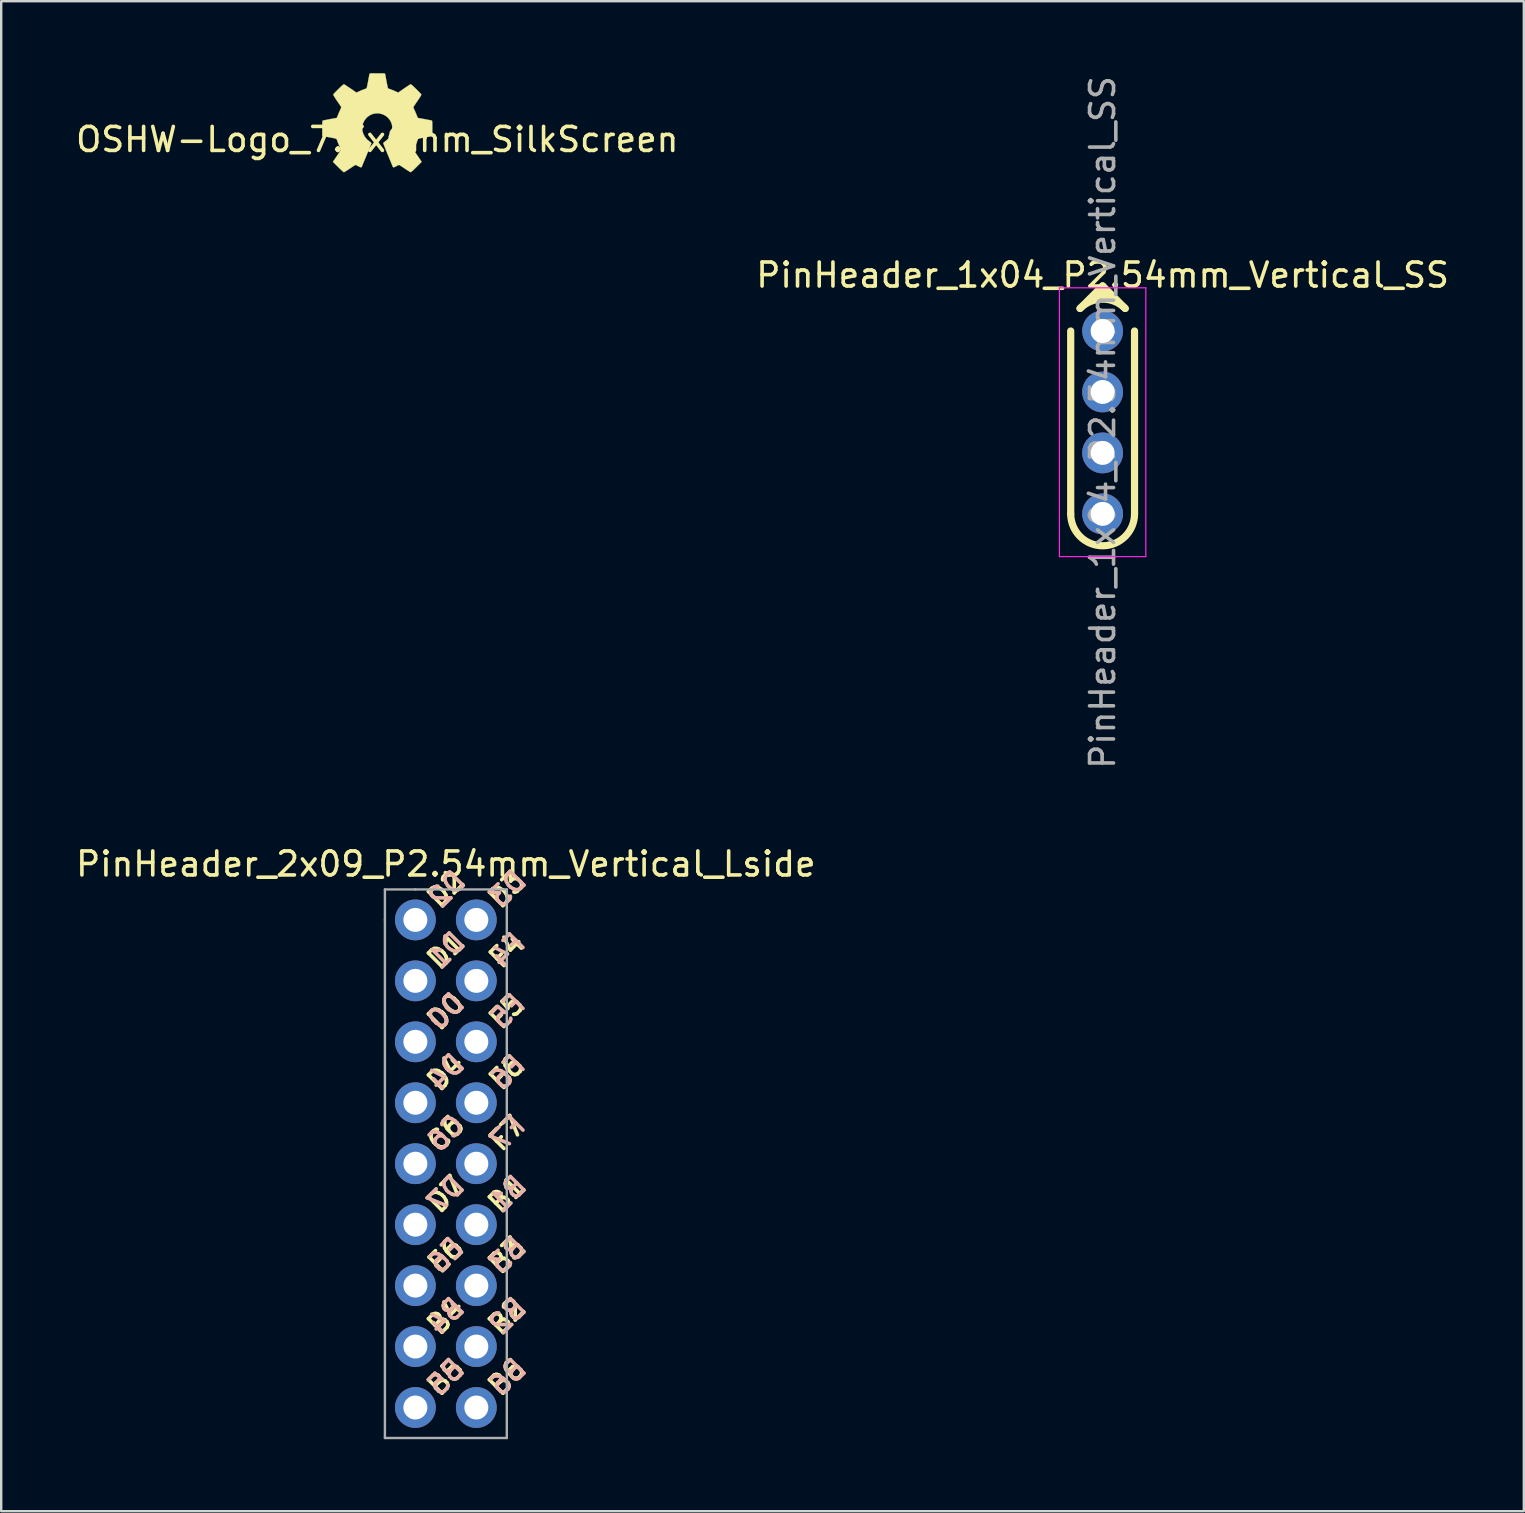
<source format=kicad_pcb>
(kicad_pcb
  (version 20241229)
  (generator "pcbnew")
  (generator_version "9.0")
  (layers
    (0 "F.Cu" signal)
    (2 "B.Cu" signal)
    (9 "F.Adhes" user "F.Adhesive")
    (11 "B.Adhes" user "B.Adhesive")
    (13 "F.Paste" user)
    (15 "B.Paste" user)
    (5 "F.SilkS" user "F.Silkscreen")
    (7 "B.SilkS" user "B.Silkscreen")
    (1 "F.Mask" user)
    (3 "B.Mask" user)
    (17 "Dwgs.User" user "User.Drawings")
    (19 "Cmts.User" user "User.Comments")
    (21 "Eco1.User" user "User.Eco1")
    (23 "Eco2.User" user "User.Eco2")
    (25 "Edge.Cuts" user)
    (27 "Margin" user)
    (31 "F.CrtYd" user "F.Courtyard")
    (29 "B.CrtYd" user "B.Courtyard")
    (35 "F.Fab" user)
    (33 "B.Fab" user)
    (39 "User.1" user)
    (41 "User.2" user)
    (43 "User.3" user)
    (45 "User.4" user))
  (footprint "PinHeader_2x09_P2.54mm_Vertical_Lside"
    (layer "F.Cu")
    (at 14.26 35.285)
    (property "Reference" "PinHeader_2x09_P2.54mm_Vertical_Lside" (at 1.27 -2.33 0) (layer "F.SilkS") (effects (font (size 1 1) (thickness 0.15))))
    (attr through_hole)
    (fp_line (start -1.27 -1.27) (end -1.27 0) (stroke (width 0.1) (type default)) (layer "F.Fab"))
    (fp_line (start -1.27 21.59) (end -1.27 0) (stroke (width 0.1) (type solid)) (layer "F.Fab"))
    (fp_line (start 0 -1.27) (end -1.27 -1.27) (stroke (width 0.1) (type default)) (layer "F.Fab"))
    (fp_line (start 0 -1.27) (end 3.81 -1.27) (stroke (width 0.1) (type solid)) (layer "F.Fab"))
    (fp_line (start 3.81 -1.27) (end 3.81 21.59) (stroke (width 0.1) (type solid)) (layer "F.Fab"))
    (fp_line (start 3.81 21.59) (end -1.27 21.59) (stroke (width 0.1) (type solid)) (layer "F.Fab"))
    (fp_text user "F7" (at 3.81 8.89 45) (unlocked yes) (layer "F.SilkS") (effects (font (size 0.8 0.8) (thickness 0.15))))
    (fp_text user "B4" (at 1.27 16.51 45) (unlocked yes) (layer "F.SilkS") (effects (font (size 0.8 0.8) (thickness 0.15))))
    (fp_text user "E6" (at 1.27 13.97 45) (unlocked yes) (layer "F.SilkS") (effects (font (size 0.8 0.8) (thickness 0.15))))
    (fp_text user "B6" (at 3.81 19.05 45) (unlocked yes) (layer "F.SilkS") (effects (font (size 0.8 0.8) (thickness 0.15))))
    (fp_text user "D1" (at 1.27 1.27 45) (unlocked yes) (layer "F.SilkS") (effects (font (size 0.8 0.8) (thickness 0.15))))
    (fp_text user "F4" (at 3.81 1.27 45) (unlocked yes) (layer "F.SilkS") (effects (font (size 0.8 0.8) (thickness 0.15))))
    (fp_text user "F6" (at 3.81 6.35 45) (unlocked yes) (layer "F.SilkS") (effects (font (size 0.8 0.8) (thickness 0.15))))
    (fp_text user "D4" (at 1.27 6.35 45) (unlocked yes) (layer "F.SilkS") (effects (font (size 0.8 0.8) (thickness 0.15))))
    (fp_text user "C6" (at 1.27 8.89 45) (unlocked yes) (layer "F.SilkS") (effects (font (size 0.8 0.8) (thickness 0.15))))
    (fp_text user "D3" (at 3.81 -1.27 45) (unlocked yes) (layer "F.SilkS") (effects (font (size 0.8 0.8) (thickness 0.15))))
    (fp_text user "F5" (at 3.81 3.81 45) (unlocked yes) (layer "F.SilkS") (effects (font (size 0.8 0.8) (thickness 0.15))))
    (fp_text user "B3" (at 3.81 13.97 45) (unlocked yes) (layer "F.SilkS") (effects (font (size 0.8 0.8) (thickness 0.15))))
    (fp_text user "D2" (at 1.27 -1.29 45) (unlocked yes) (layer "F.SilkS") (effects (font (size 0.8 0.8) (thickness 0.15))))
    (fp_text user "B5" (at 1.27 19.05 45) (unlocked yes) (layer "F.SilkS") (effects (font (size 0.8 0.8) (thickness 0.15))))
    (fp_text user "B2" (at 3.81 16.51 45) (unlocked yes) (layer "F.SilkS") (effects (font (size 0.8 0.8) (thickness 0.15))))
    (fp_text user "B1" (at 3.81 11.43 45) (unlocked yes) (layer "F.SilkS") (effects (font (size 0.8 0.8) (thickness 0.15))))
    (fp_text user "D0" (at 1.27 3.81 45) (unlocked yes) (layer "F.SilkS") (effects (font (size 0.8 0.8) (thickness 0.15))))
    (fp_text user "D7" (at 1.27 11.43 45) (unlocked yes) (layer "F.SilkS") (effects (font (size 0.8 0.8) (thickness 0.15))))
    (fp_text user "F4" (at 3.85 1.27 45) (unlocked yes) (layer "B.SilkS") (effects (font (size 0.8 0.8) (thickness 0.15)) (justify mirror)))
    (fp_text user "D0" (at 1.27 3.81 45) (unlocked yes) (layer "B.SilkS") (effects (font (size 0.8 0.8) (thickness 0.15)) (justify mirror)))
    (fp_text user "B3" (at 3.85 13.98 45) (unlocked yes) (layer "B.SilkS") (effects (font (size 0.8 0.8) (thickness 0.15)) (justify mirror)))
    (fp_text user "B1" (at 3.85 11.42 45) (unlocked yes) (layer "B.SilkS") (effects (font (size 0.8 0.8) (thickness 0.15)) (justify mirror)))
    (fp_text user "B6" (at 3.85 19.05 45) (unlocked yes) (layer "B.SilkS") (effects (font (size 0.8 0.8) (thickness 0.15)) (justify mirror)))
    (fp_text user "D4" (at 1.27 6.35 45) (unlocked yes) (layer "B.SilkS") (effects (font (size 0.8 0.8) (thickness 0.15)) (justify mirror)))
    (fp_text user "B2" (at 3.85 16.51 45) (unlocked yes) (layer "B.SilkS") (effects (font (size 0.8 0.8) (thickness 0.15)) (justify mirror)))
    (fp_text user "F5" (at 3.85 3.81 45) (unlocked yes) (layer "B.SilkS") (effects (font (size 0.8 0.8) (thickness 0.15)) (justify mirror)))
    (fp_text user "F7" (at 3.85 8.88 45) (unlocked yes) (layer "B.SilkS") (effects (font (size 0.8 0.8) (thickness 0.15)) (justify mirror)))
    (fp_text user "C6" (at 1.27 8.88 45) (unlocked yes) (layer "B.SilkS") (effects (font (size 0.8 0.8) (thickness 0.15)) (justify mirror)))
    (fp_text user "D1" (at 1.3 1.27 45) (unlocked yes) (layer "B.SilkS") (effects (font (size 0.8 0.8) (thickness 0.15)) (justify mirror)))
    (fp_text user "D7" (at 1.27 11.42 45) (unlocked yes) (layer "B.SilkS") (effects (font (size 0.8 0.8) (thickness 0.15)) (justify mirror)))
    (fp_text user "E6" (at 1.27 13.98 45) (unlocked yes) (layer "B.SilkS") (effects (font (size 0.8 0.8) (thickness 0.15)) (justify mirror)))
    (fp_text user "D3" (at 3.85 -1.29 45) (unlocked yes) (layer "B.SilkS") (effects (font (size 0.8 0.8) (thickness 0.15)) (justify mirror)))
    (fp_text user "D2" (at 1.32 -1.27 45) (unlocked yes) (layer "B.SilkS") (effects (font (size 0.8 0.8) (thickness 0.15)) (justify mirror)))
    (fp_text user "F6" (at 3.85 6.35 45) (unlocked yes) (layer "B.SilkS") (effects (font (size 0.8 0.8) (thickness 0.15)) (justify mirror)))
    (fp_text user "B5" (at 1.27 19.05 45) (unlocked yes) (layer "B.SilkS") (effects (font (size 0.8 0.8) (thickness 0.15)) (justify mirror)))
    (fp_text user "B4" (at 1.27 16.51 45) (unlocked yes) (layer "B.SilkS") (effects (font (size 0.8 0.8) (thickness 0.15)) (justify mirror)))
    (pad "1" thru_hole circle (at 0 0) (size 1.7 1.7) (drill 1) (layers "*.Cu" "*.Mask"))
    (pad "2" thru_hole oval (at 0 2.54) (size 1.7 1.7) (drill 1) (layers "*.Cu" "*.Mask"))
    (pad "3" thru_hole oval (at 0 5.08) (size 1.7 1.7) (drill 1) (layers "*.Cu" "*.Mask"))
    (pad "4" thru_hole oval (at 0 7.62) (size 1.7 1.7) (drill 1) (layers "*.Cu" "*.Mask"))
    (pad "5" thru_hole oval (at 0 10.16) (size 1.7 1.7) (drill 1) (layers "*.Cu" "*.Mask"))
    (pad "6" thru_hole oval (at 0 12.7) (size 1.7 1.7) (drill 1) (layers "*.Cu" "*.Mask"))
    (pad "7" thru_hole oval (at 0 15.24) (size 1.7 1.7) (drill 1) (layers "*.Cu" "*.Mask"))
    (pad "8" thru_hole oval (at 0 17.78) (size 1.7 1.7) (drill 1) (layers "*.Cu" "*.Mask"))
    (pad "9" thru_hole oval (at 0 20.32) (size 1.7 1.7) (drill 1) (layers "*.Cu" "*.Mask"))
    (pad "10" thru_hole oval (at 2.54 0) (size 1.7 1.7) (drill 1) (layers "*.Cu" "*.Mask"))
    (pad "11" thru_hole oval (at 2.54 2.54) (size 1.7 1.7) (drill 1) (layers "*.Cu" "*.Mask"))
    (pad "12" thru_hole oval (at 2.54 5.08) (size 1.7 1.7) (drill 1) (layers "*.Cu" "*.Mask"))
    (pad "13" thru_hole oval (at 2.54 7.62) (size 1.7 1.7) (drill 1) (layers "*.Cu" "*.Mask"))
    (pad "14" thru_hole oval (at 2.54 10.16) (size 1.7 1.7) (drill 1) (layers "*.Cu" "*.Mask"))
    (pad "15" thru_hole oval (at 2.54 12.7) (size 1.7 1.7) (drill 1) (layers "*.Cu" "*.Mask"))
    (pad "16" thru_hole oval (at 2.54 15.24) (size 1.7 1.7) (drill 1) (layers "*.Cu" "*.Mask"))
    (pad "17" thru_hole oval (at 2.54 17.78) (size 1.7 1.7) (drill 1) (layers "*.Cu" "*.Mask"))
    (pad "18" thru_hole oval (at 2.54 20.32) (size 1.7 1.7) (drill 1) (layers "*.Cu" "*.Mask")))
  (footprint "OSHW-Logo_7.3x6mm_SilkScreen"
    (layer "F.Cu")
    (at 12.673 2.763)
    (property "Reference" "OSHW-Logo_7.3x6mm_SilkScreen" (at 0 0 0) (layer "F.SilkS") (effects (font (size 1 1) (thickness 0.15))))
    (attr exclude_from_pos_files exclude_from_bom)
    (fp_poly (pts (xy 0.104 -2.758) (xy 0.182 -2.757) (xy 0.239 -2.756) (xy 0.278 -2.754) (xy 0.303 -2.75) (xy 0.316 -2.744) (xy 0.323 -2.737) (xy 0.326 -2.726) (xy 0.327 -2.725) (xy 0.332 -2.701) (xy 0.341 -2.653) (xy 0.353 -2.587) (xy 0.368 -2.508) (xy 0.385 -2.42) (xy 0.385 -2.417) (xy 0.401 -2.331) (xy 0.417 -2.255) (xy 0.43 -2.194) (xy 0.44 -2.152) (xy 0.446 -2.133) (xy 0.447 -2.133) (xy 0.465 -2.124) (xy 0.502 -2.109) (xy 0.551 -2.091) (xy 0.552 -2.091) (xy 0.613 -2.068) (xy 0.686 -2.038) (xy 0.754 -2.008) (xy 0.757 -2.007) (xy 0.869 -1.956) (xy 1.115 -2.125) (xy 1.191 -2.176) (xy 1.26 -2.222) (xy 1.317 -2.26) (xy 1.359 -2.287) (xy 1.383 -2.301) (xy 1.385 -2.302) (xy 1.402 -2.298) (xy 1.434 -2.275) (xy 1.481 -2.235) (xy 1.546 -2.174) (xy 1.612 -2.11) (xy 1.676 -2.046) (xy 1.733 -1.989) (xy 1.78 -1.94) (xy 1.814 -1.904) (xy 1.83 -1.884) (xy 1.831 -1.883) (xy 1.833 -1.869) (xy 1.826 -1.847) (xy 1.809 -1.814) (xy 1.779 -1.765) (xy 1.737 -1.699) (xy 1.679 -1.614) (xy 1.629 -1.54) (xy 1.583 -1.473) (xy 1.546 -1.417) (xy 1.519 -1.378) (xy 1.506 -1.357) (xy 1.505 -1.356) (xy 1.507 -1.336) (xy 1.519 -1.298) (xy 1.54 -1.248) (xy 1.547 -1.232) (xy 1.58 -1.162) (xy 1.614 -1.082) (xy 1.642 -1.012) (xy 1.663 -0.961) (xy 1.679 -0.922) (xy 1.688 -0.901) (xy 1.689 -0.9) (xy 1.706 -0.897) (xy 1.746 -0.89) (xy 1.804 -0.879) (xy 1.875 -0.866) (xy 1.952 -0.852) (xy 2.032 -0.837) (xy 2.107 -0.822) (xy 2.174 -0.809) (xy 2.227 -0.799) (xy 2.26 -0.792) (xy 2.268 -0.79) (xy 2.276 -0.785) (xy 2.283 -0.774) (xy 2.287 -0.754) (xy 2.29 -0.72) (xy 2.292 -0.67) (xy 2.293 -0.599) (xy 2.293 -0.504) (xy 2.293 -0.465) (xy 2.293 -0.147) (xy 2.217 -0.132) (xy 2.175 -0.124) (xy 2.111 -0.112) (xy 2.035 -0.098) (xy 1.953 -0.083) (xy 1.93 -0.079) (xy 1.855 -0.064) (xy 1.789 -0.049) (xy 1.738 -0.037) (xy 1.709 -0.027) (xy 1.704 -0.024) (xy 1.691 -0.003) (xy 1.674 0.038) (xy 1.655 0.09) (xy 1.651 0.102) (xy 1.625 0.172) (xy 1.594 0.25) (xy 1.563 0.321) (xy 1.563 0.322) (xy 1.511 0.433) (xy 1.68 0.681) (xy 1.849 0.93) (xy 1.632 1.147) (xy 1.567 1.212) (xy 1.507 1.269) (xy 1.456 1.315) (xy 1.418 1.348) (xy 1.396 1.363) (xy 1.392 1.364) (xy 1.374 1.356) (xy 1.335 1.335) (xy 1.281 1.301) (xy 1.216 1.259) (xy 1.146 1.212) (xy 1.075 1.164) (xy 1.011 1.122) (xy 0.959 1.089) (xy 0.923 1.067) (xy 0.907 1.06) (xy 0.887 1.066) (xy 0.85 1.083) (xy 0.803 1.107) (xy 0.798 1.11) (xy 0.734 1.142) (xy 0.69 1.158) (xy 0.663 1.158) (xy 0.649 1.143) (xy 0.649 1.143) (xy 0.642 1.126) (xy 0.625 1.085) (xy 0.6 1.024) (xy 0.567 0.945) (xy 0.529 0.852) (xy 0.486 0.748) (xy 0.444 0.648) (xy 0.399 0.537) (xy 0.357 0.434) (xy 0.32 0.342) (xy 0.289 0.265) (xy 0.266 0.206) (xy 0.251 0.167) (xy 0.247 0.153) (xy 0.258 0.136) (xy 0.287 0.11) (xy 0.326 0.081) (xy 0.437 -0.011) (xy 0.523 -0.116) (xy 0.585 -0.233) (xy 0.62 -0.358) (xy 0.628 -0.49) (xy 0.622 -0.552) (xy 0.591 -0.678) (xy 0.538 -0.79) (xy 0.466 -0.886) (xy 0.378 -0.965) (xy 0.278 -1.026) (xy 0.168 -1.067) (xy 0.053 -1.089) (xy -0.065 -1.088) (xy -0.181 -1.066) (xy -0.294 -1.019) (xy -0.4 -0.948) (xy -0.444 -0.908) (xy -0.528 -0.805) (xy -0.587 -0.692) (xy -0.62 -0.573) (xy -0.629 -0.451) (xy -0.613 -0.329) (xy -0.573 -0.211) (xy -0.51 -0.1) (xy -0.423 0.002) (xy -0.326 0.081) (xy -0.286 0.111) (xy -0.257 0.137) (xy -0.247 0.153) (xy -0.252 0.17) (xy -0.267 0.21) (xy -0.291 0.272) (xy -0.323 0.35) (xy -0.36 0.443) (xy -0.403 0.546) (xy -0.444 0.648) (xy -0.49 0.759) (xy -0.533 0.862) (xy -0.571 0.953) (xy -0.603 1.03) (xy -0.627 1.09) (xy -0.643 1.129) (xy -0.649 1.143) (xy -0.663 1.158) (xy -0.69 1.158) (xy -0.734 1.142) (xy -0.797 1.11) (xy -0.798 1.11) (xy -0.845 1.085) (xy -0.884 1.067) (xy -0.906 1.06) (xy -0.907 1.06) (xy -0.923 1.067) (xy -0.96 1.089) (xy -1.012 1.122) (xy -1.075 1.164) (xy -1.146 1.212) (xy -1.218 1.26) (xy -1.283 1.302) (xy -1.336 1.335) (xy -1.374 1.357) (xy -1.392 1.364) (xy -1.409 1.354) (xy -1.443 1.327) (xy -1.49 1.284) (xy -1.547 1.231) (xy -1.612 1.168) (xy -1.633 1.147) (xy -1.85 0.93) (xy -1.684 0.687) (xy -1.634 0.613) (xy -1.59 0.546) (xy -1.555 0.491) (xy -1.53 0.451) (xy -1.519 0.43) (xy -1.519 0.429) (xy -1.525 0.409) (xy -1.54 0.37) (xy -1.562 0.317) (xy -1.578 0.282) (xy -1.607 0.215) (xy -1.635 0.147) (xy -1.656 0.09) (xy -1.662 0.073) (xy -1.679 0.026) (xy -1.695 -0.01) (xy -1.704 -0.024) (xy -1.723 -0.032) (xy -1.766 -0.044) (xy -1.826 -0.058) (xy -1.898 -0.073) (xy -1.93 -0.079) (xy -2.012 -0.094) (xy -2.091 -0.108) (xy -2.159 -0.121) (xy -2.208 -0.13) (xy -2.217 -0.132) (xy -2.293 -0.147) (xy -2.293 -0.465) (xy -2.293 -0.569) (xy -2.292 -0.648) (xy -2.291 -0.705) (xy -2.288 -0.744) (xy -2.284 -0.769) (xy -2.279 -0.782) (xy -2.271 -0.789) (xy -2.268 -0.79) (xy -2.249 -0.794) (xy -2.207 -0.802) (xy -2.148 -0.814) (xy -2.077 -0.828) (xy -1.999 -0.843) (xy -1.92 -0.858) (xy -1.845 -0.872) (xy -1.779 -0.884) (xy -1.727 -0.894) (xy -1.696 -0.899) (xy -1.689 -0.9) (xy -1.683 -0.912) (xy -1.669 -0.946) (xy -1.65 -0.994) (xy -1.642 -1.012) (xy -1.613 -1.085) (xy -1.578 -1.165) (xy -1.547 -1.232) (xy -1.525 -1.284) (xy -1.51 -1.326) (xy -1.504 -1.352) (xy -1.505 -1.356) (xy -1.516 -1.372) (xy -1.54 -1.409) (xy -1.576 -1.461) (xy -1.62 -1.526) (xy -1.67 -1.6) (xy -1.68 -1.614) (xy -1.738 -1.7) (xy -1.78 -1.766) (xy -1.809 -1.814) (xy -1.826 -1.847) (xy -1.833 -1.869) (xy -1.831 -1.883) (xy -1.831 -1.883) (xy -1.816 -1.901) (xy -1.785 -1.935) (xy -1.739 -1.983) (xy -1.683 -2.04) (xy -1.62 -2.103) (xy -1.612 -2.11) (xy -1.533 -2.187) (xy -1.471 -2.244) (xy -1.427 -2.281) (xy -1.398 -2.3) (xy -1.385 -2.302) (xy -1.367 -2.292) (xy -1.328 -2.267) (xy -1.274 -2.231) (xy -1.207 -2.187) (xy -1.133 -2.137) (xy -1.115 -2.125) (xy -0.869 -1.956) (xy -0.757 -2.007) (xy -0.69 -2.036) (xy -0.617 -2.066) (xy -0.554 -2.09) (xy -0.552 -2.091) (xy -0.503 -2.109) (xy -0.465 -2.124) (xy -0.447 -2.133) (xy -0.447 -2.133) (xy -0.441 -2.149) (xy -0.431 -2.19) (xy -0.418 -2.25) (xy -0.403 -2.325) (xy -0.386 -2.41) (xy -0.385 -2.417) (xy -0.369 -2.505) (xy -0.354 -2.585) (xy -0.341 -2.651) (xy -0.332 -2.7) (xy -0.327 -2.725) (xy -0.327 -2.725) (xy -0.323 -2.736) (xy -0.317 -2.744) (xy -0.305 -2.75) (xy -0.281 -2.753) (xy -0.244 -2.756) (xy -0.19 -2.757) (xy -0.114 -2.758) (xy -0.013 -2.758) (xy 0 -2.758) (xy 0.104 -2.758)) (stroke (width 0.01) (type solid)) (fill yes) (layer "F.SilkS")))
  (footprint "PinHeader_1x04_P2.54mm_Vertical_SS"
    (layer "F.Cu")
    (at 42.899 10.744)
    (property "Reference" "PinHeader_1x04_P2.54mm_Vertical_SS" (at 0 -2.33 180) (layer "F.SilkS") (effects (font (size 1 1) (thickness 0.15))))
    (attr through_hole)
    (fp_line (start -1.33 7.62) (end -1.33 0) (stroke (width 0.3) (type solid)) (layer "F.SilkS"))
    (fp_line (start -0.94 -0.94) (end 0 -1.88) (stroke (width 0.3) (type default)) (layer "F.SilkS"))
    (fp_line (start 0 -1.5) (end 0 -1.5) (stroke (width 0.6) (type default)) (layer "F.SilkS"))
    (fp_line (start 0.94 -0.94) (end 0 -1.88) (stroke (width 0.3) (type default)) (layer "F.SilkS"))
    (fp_line (start 1.33 7.62) (end 1.33 0) (stroke (width 0.3) (type solid)) (layer "F.SilkS"))
    (fp_arc (start -0.940452 -0.940452) (mid 0 -1.33) (end 0.940452 -0.940452) (stroke (width 0.3) (type default)) (layer "F.SilkS"))
    (fp_arc (start 1.33 7.62) (mid 0 8.95) (end -1.33 7.62) (stroke (width 0.3) (type solid)) (layer "F.SilkS"))
    (fp_line (start -1.8 -1.8) (end -1.8 9.4) (stroke (width 0.05) (type solid)) (layer "F.CrtYd"))
    (fp_line (start -1.8 9.4) (end 1.8 9.4) (stroke (width 0.05) (type solid)) (layer "F.CrtYd"))
    (fp_line (start 1.8 -1.8) (end -1.8 -1.8) (stroke (width 0.05) (type solid)) (layer "F.CrtYd"))
    (fp_line (start 1.8 9.4) (end 1.8 -1.8) (stroke (width 0.05) (type solid)) (layer "F.CrtYd"))
    (fp_text user "${REFERENCE}" (at 0 3.81 90) (layer "F.Fab") (effects (font (size 1 1) (thickness 0.15))))
    (pad "1" thru_hole circle (at 0 0) (size 1.7 1.7) (drill 1) (layers "*.Cu" "*.Mask"))
    (pad "2" thru_hole oval (at 0 2.54) (size 1.7 1.7) (drill 1) (layers "*.Cu" "*.Mask"))
    (pad "3" thru_hole oval (at 0 5.08) (size 1.7 1.7) (drill 1) (layers "*.Cu" "*.Mask"))
    (pad "4" thru_hole oval (at 0 7.62) (size 1.7 1.7) (drill 1) (layers "*.Cu" "*.Mask")))
  (gr_rect
    (start -3 -3)
    (end 60.452 59.925)
    (stroke (width 0.1) (type default))
    (fill no)
    (layer "Edge.Cuts")))
</source>
